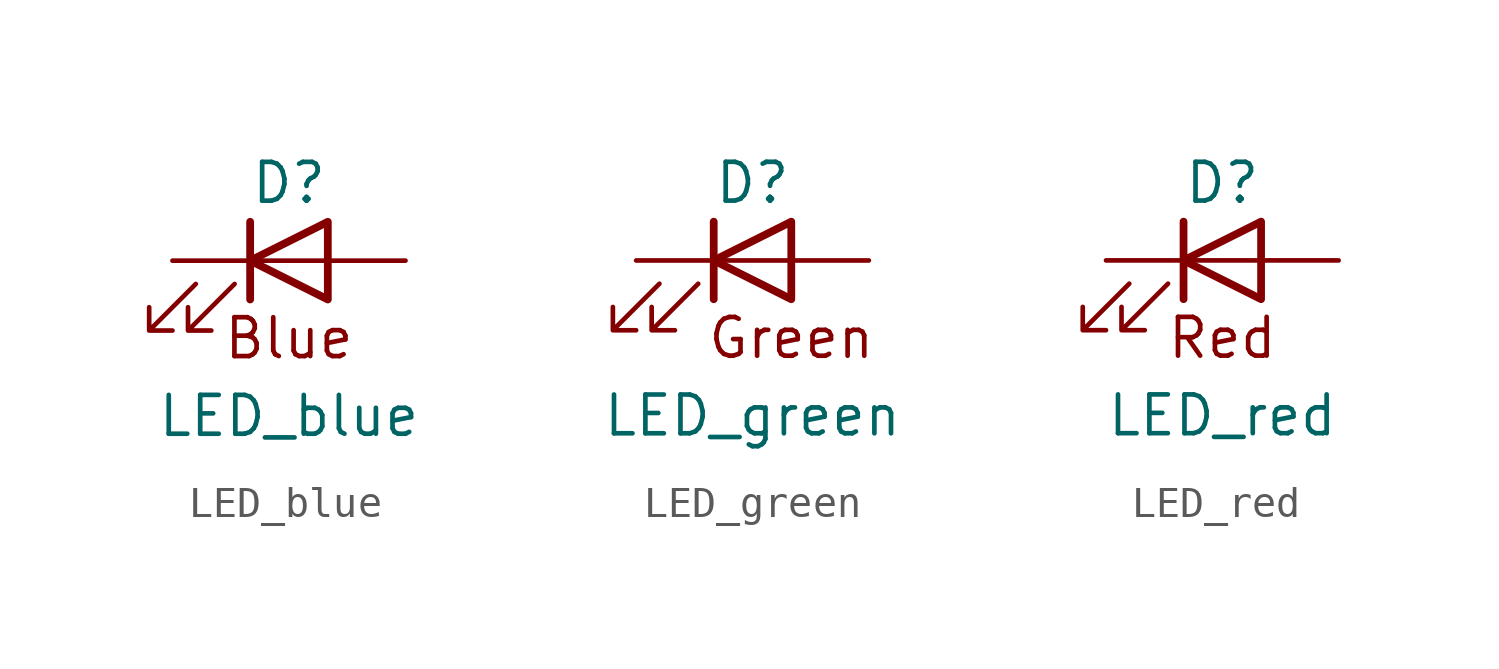
<source format=kicad_sym>
(kicad_symbol_lib
  (version 20211014)
  (generator kicad_symbol_editor)
  (symbol "LED_blue"
    (pin_numbers hide)
    (pin_names
      (offset 1.016) hide)
    (property "Reference" "D"
      (at 0 2.54 0)
      (effects (font (size 1.27 1.27))))
    (property "Value" "LED_blue"
      (at 0 -5.08 0)
      (effects (font (size 1.27 1.27))))
    (symbol "LED_blue_0_0"
      (text "Blue" (at 0 -2.54 0) (effects (font (size 1.27 1.27)))))
    (symbol "LED_blue_0_1"
      (polyline (pts (xy -1.27 -1.27) (xy -1.27 1.27)) (stroke (width 0.254) (type default) (color 0 0 0 0)) (fill (type none)))
      (polyline (pts (xy -1.27 0) (xy 1.27 0)) (stroke (width 0) (type default) (color 0 0 0 0)) (fill (type none)))
      (polyline (pts (xy 1.27 -1.27) (xy 1.27 1.27) (xy -1.27 0) (xy 1.27 -1.27)) (stroke (width 0.254) (type default) (color 0 0 0 0)) (fill (type none)))
      (polyline (pts (xy -3.048 -0.762) (xy -4.572 -2.286) (xy -3.81 -2.286) (xy -4.572 -2.286) (xy -4.572 -1.524)) (stroke (width 0) (type default) (color 0 0 0 0)) (fill (type none)))
      (polyline (pts (xy -1.778 -0.762) (xy -3.302 -2.286) (xy -2.54 -2.286) (xy -3.302 -2.286) (xy -3.302 -1.524)) (stroke (width 0) (type default) (color 0 0 0 0)) (fill (type none))))
    (symbol "LED_blue_1_1"
      (pin passive line (at -3.81 0 0) (length 2.54) (name "K" (effects (font (size 1.27 1.27)))) (number "1" (effects (font (size 1.27 1.27)))))
      (pin passive line (at 3.81 0 180) (length 2.54) (name "A" (effects (font (size 1.27 1.27)))) (number "2" (effects (font (size 1.27 1.27)))))))
  (symbol "LED_green"
    (pin_numbers hide)
    (pin_names
      (offset 1.016) hide)
    (property "Reference" "D"
      (at 0 2.54 0)
      (effects (font (size 1.27 1.27))))
    (property "Value" "LED_green"
      (at 0 -5.08 0)
      (effects (font (size 1.27 1.27))))
    (symbol "LED_green_0_0"
      (text "Green" (at 1.27 -2.54 0) (effects (font (size 1.27 1.27)))))
    (symbol "LED_green_0_1"
      (polyline (pts (xy -1.27 -1.27) (xy -1.27 1.27)) (stroke (width 0.254) (type default) (color 0 0 0 0)) (fill (type none)))
      (polyline (pts (xy -1.27 0) (xy 1.27 0)) (stroke (width 0) (type default) (color 0 0 0 0)) (fill (type none)))
      (polyline (pts (xy 1.27 -1.27) (xy 1.27 1.27) (xy -1.27 0) (xy 1.27 -1.27)) (stroke (width 0.254) (type default) (color 0 0 0 0)) (fill (type none)))
      (polyline (pts (xy -3.048 -0.762) (xy -4.572 -2.286) (xy -3.81 -2.286) (xy -4.572 -2.286) (xy -4.572 -1.524)) (stroke (width 0) (type default) (color 0 0 0 0)) (fill (type none)))
      (polyline (pts (xy -1.778 -0.762) (xy -3.302 -2.286) (xy -2.54 -2.286) (xy -3.302 -2.286) (xy -3.302 -1.524)) (stroke (width 0) (type default) (color 0 0 0 0)) (fill (type none))))
    (symbol "LED_green_1_1"
      (pin passive line (at -3.81 0 0) (length 2.54) (name "K" (effects (font (size 1.27 1.27)))) (number "1" (effects (font (size 1.27 1.27)))))
      (pin passive line (at 3.81 0 180) (length 2.54) (name "A" (effects (font (size 1.27 1.27)))) (number "2" (effects (font (size 1.27 1.27)))))))
  (symbol "LED_red"
    (pin_numbers hide)
    (pin_names
      (offset 1.016) hide)
    (property "Reference" "D"
      (at 0 2.54 0)
      (effects (font (size 1.27 1.27))))
    (property "Value" "LED_red"
      (at 0 -5.08 0)
      (effects (font (size 1.27 1.27))))
    (symbol "LED_red_0_0"
      (text "Red" (at 0 -2.54 0) (effects (font (size 1.27 1.27)))))
    (symbol "LED_red_0_1"
      (polyline (pts (xy -1.27 -1.27) (xy -1.27 1.27)) (stroke (width 0.254) (type default) (color 0 0 0 0)) (fill (type none)))
      (polyline (pts (xy -1.27 0) (xy 1.27 0)) (stroke (width 0) (type default) (color 0 0 0 0)) (fill (type none)))
      (polyline (pts (xy 1.27 -1.27) (xy 1.27 1.27) (xy -1.27 0) (xy 1.27 -1.27)) (stroke (width 0.254) (type default) (color 0 0 0 0)) (fill (type none)))
      (polyline (pts (xy -3.048 -0.762) (xy -4.572 -2.286) (xy -3.81 -2.286) (xy -4.572 -2.286) (xy -4.572 -1.524)) (stroke (width 0) (type default) (color 0 0 0 0)) (fill (type none)))
      (polyline (pts (xy -1.778 -0.762) (xy -3.302 -2.286) (xy -2.54 -2.286) (xy -3.302 -2.286) (xy -3.302 -1.524)) (stroke (width 0) (type default) (color 0 0 0 0)) (fill (type none))))
    (symbol "LED_red_1_1"
      (pin passive line (at -3.81 0 0) (length 2.54) (name "K" (effects (font (size 1.27 1.27)))) (number "1" (effects (font (size 1.27 1.27)))))
      (pin passive line (at 3.81 0 180) (length 2.54) (name "A" (effects (font (size 1.27 1.27)))) (number "2" (effects (font (size 1.27 1.27))))))))
</source>
